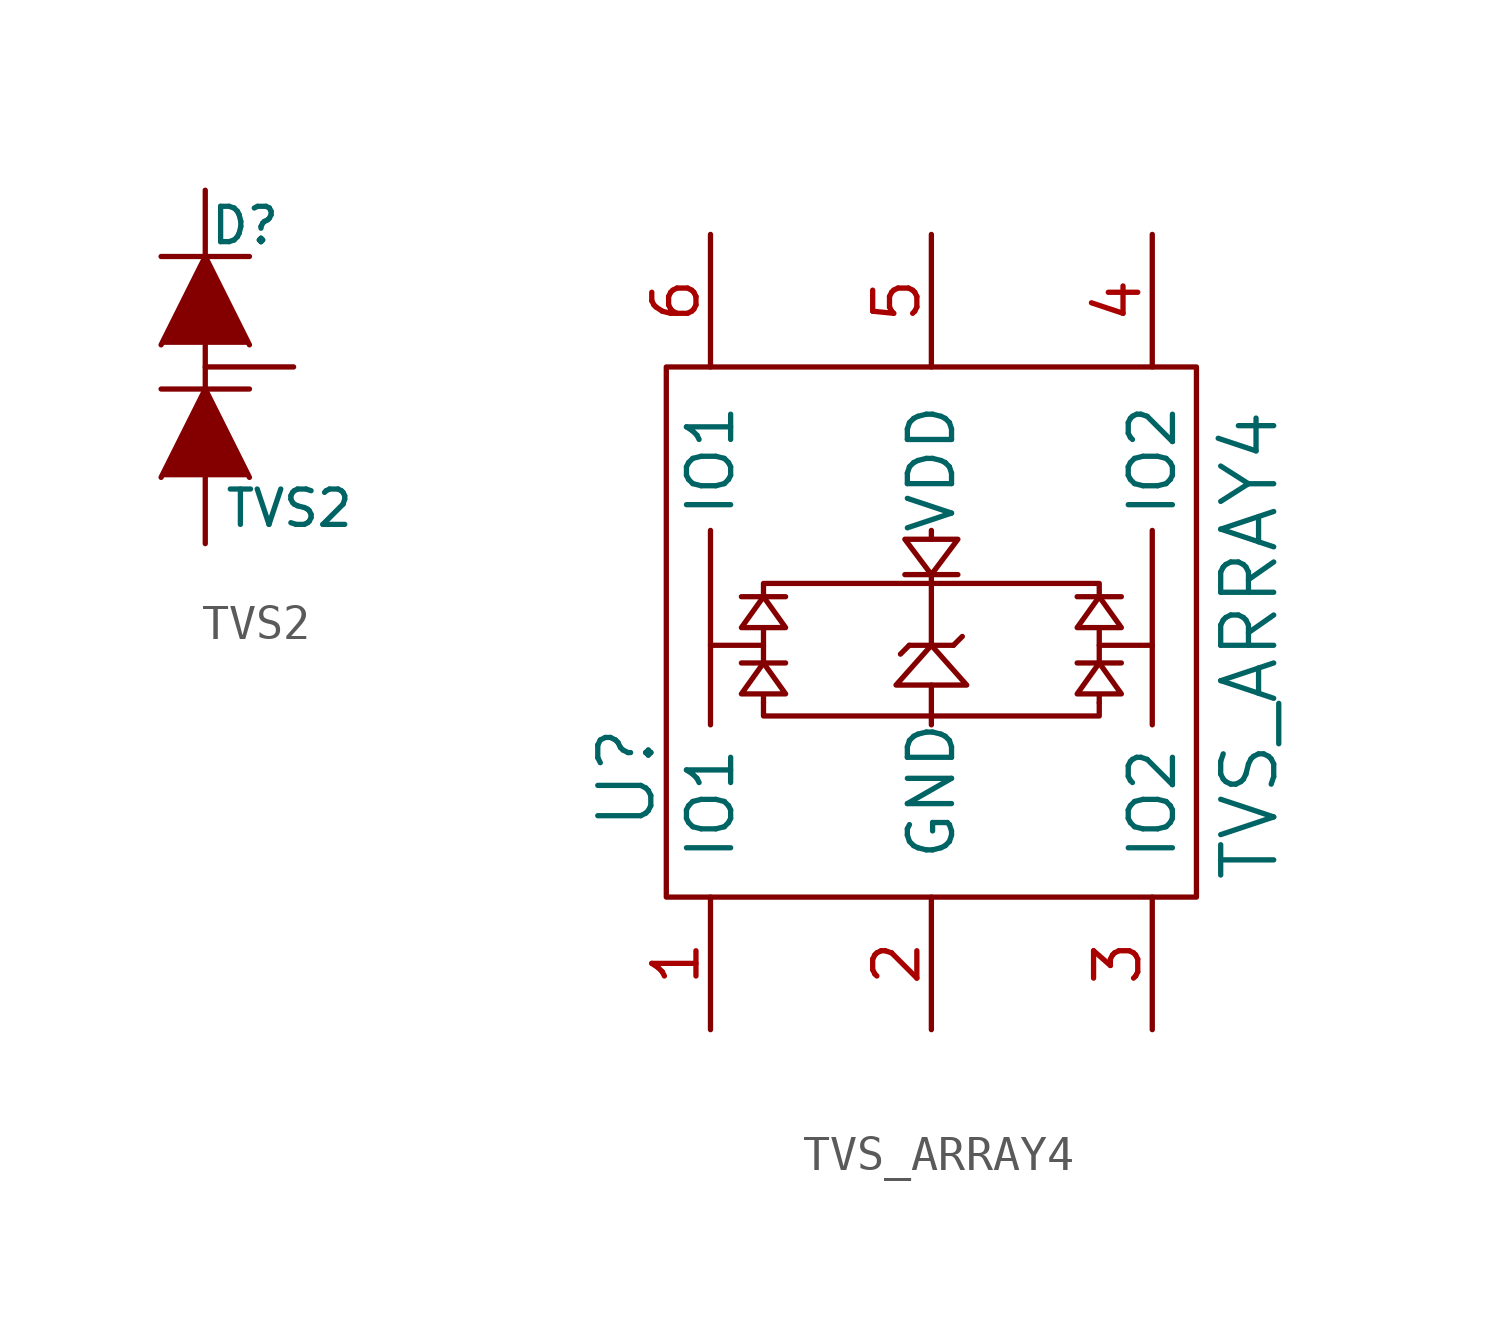
<source format=kicad_sym>
(kicad_symbol_lib
  (version 20211014)
  (generator kicad_symbol_editor)
  (symbol "TVS2"
    (pin_numbers hide)
    (pin_names
      (offset 1.016) hide)
    (property "Reference" "D"
      (at 1.143 4.064 0)
      (effects (font (size 1.016 1.016))))
    (property "Value" "TVS2"
      (at 2.413 -4.064 0)
      (effects (font (size 1.016 1.016))))
    (property "Footprint" ""
      (at 0 1.905 90)
      (effects (font (size 1.524 1.524))))
    (property "Datasheet" ""
      (at 0 1.905 90)
      (effects (font (size 1.524 1.524))))
    (symbol "TVS2_0_1"
      (polyline (pts (xy -1.27 -0.635) (xy 1.27 -0.635)) (stroke (width 0.152) (type default) (color 0 0 0 0)) (fill (type none)))
      (polyline (pts (xy -1.27 3.175) (xy 1.27 3.175)) (stroke (width 0.152) (type default) (color 0 0 0 0)) (fill (type none)))
      (polyline (pts (xy 0 -0.635) (xy 0 0.635)) (stroke (width 0) (type default) (color 0 0 0 0)) (fill (type none)))
      (polyline (pts (xy -1.27 -3.175) (xy 0 -0.635) (xy 1.27 -3.175)) (stroke (width 0) (type default) (color 0 0 0 0)) (fill (type outline)))
      (polyline (pts (xy -1.27 0.635) (xy 0 3.175) (xy 1.27 0.635)) (stroke (width 0) (type default) (color 0 0 0 0)) (fill (type outline))))
    (symbol "TVS2_1_1"
      (pin passive line (at 0 -5.08 90) (length 2.54) (name "A" (effects (font (size 1.016 1.016)))) (number "1" (effects (font (size 1.016 1.016)))))
      (pin passive line (at 0 5.08 270) (length 2.54) (name "K" (effects (font (size 1.016 1.016)))) (number "2" (effects (font (size 1.016 1.016)))))
      (pin passive line (at 2.54 0 180) (length 2.54) (name "K" (effects (font (size 1.016 1.016)))) (number "3" (effects (font (size 1.016 1.016)))))))
  (symbol "TVS_ARRAY4"
    (pin_names
      (offset 1.016))
    (property "Reference" "U"
      (at -8.763 -4.191 90)
      (effects (font (size 1.524 1.524))))
    (property "Value" "TVS_ARRAY4"
      (at 9.144 -0.381 90)
      (effects (font (size 1.524 1.524))))
    (property "Footprint" ""
      (at 0 -0.381 0)
      (effects (font (size 1.524 1.524))))
    (property "Datasheet" ""
      (at 0 -0.381 0)
      (effects (font (size 1.524 1.524))))
    (symbol "TVS_ARRAY4_0_1"
      (rectangle (start -7.62 7.62) (end 7.62 -7.62) (stroke (width 0) (type default) (color 0 0 0 0)) (fill (type none)))
      (polyline (pts (xy -6.35 2.921) (xy -6.35 -2.667)) (stroke (width 0) (type default) (color 0 0 0 0)) (fill (type none)))
      (polyline (pts (xy -5.461 -0.889) (xy -4.191 -0.889)) (stroke (width 0) (type default) (color 0 0 0 0)) (fill (type none)))
      (polyline (pts (xy -5.461 1.016) (xy -4.191 1.016)) (stroke (width 0) (type default) (color 0 0 0 0)) (fill (type none)))
      (polyline (pts (xy -4.826 -0.381) (xy -6.35 -0.381)) (stroke (width 0) (type default) (color 0 0 0 0)) (fill (type none)))
      (polyline (pts (xy -0.762 1.651) (xy 0.762 1.651)) (stroke (width 0) (type default) (color 0 0 0 0)) (fill (type none)))
      (polyline (pts (xy -0.635 -0.381) (xy -0.889 -0.635)) (stroke (width 0) (type default) (color 0 0 0 0)) (fill (type none)))
      (polyline (pts (xy -0.635 -0.381) (xy 0.635 -0.381)) (stroke (width 0) (type default) (color 0 0 0 0)) (fill (type none)))
      (polyline (pts (xy 0 -1.524) (xy 0 -2.667)) (stroke (width 0) (type default) (color 0 0 0 0)) (fill (type none)))
      (polyline (pts (xy 0 2.921) (xy 0 2.667)) (stroke (width 0) (type default) (color 0 0 0 0)) (fill (type none)))
      (polyline (pts (xy 0.635 -0.381) (xy 0.889 -0.127)) (stroke (width 0) (type default) (color 0 0 0 0)) (fill (type none)))
      (polyline (pts (xy 4.191 -0.889) (xy 5.461 -0.889)) (stroke (width 0) (type default) (color 0 0 0 0)) (fill (type none)))
      (polyline (pts (xy 4.191 1.016) (xy 5.461 1.016)) (stroke (width 0) (type default) (color 0 0 0 0)) (fill (type none)))
      (polyline (pts (xy 4.826 -0.381) (xy 6.35 -0.381)) (stroke (width 0) (type default) (color 0 0 0 0)) (fill (type none)))
      (polyline (pts (xy 6.35 2.921) (xy 6.35 -2.667)) (stroke (width 0) (type default) (color 0 0 0 0)) (fill (type none)))
      (polyline (pts (xy 0 -2.413) (xy -4.826 -2.413) (xy -4.826 -2.032)) (stroke (width 0) (type default) (color 0 0 0 0)) (fill (type none)))
      (polyline (pts (xy 0 -2.413) (xy 4.826 -2.413) (xy 4.826 -2.032)) (stroke (width 0) (type default) (color 0 0 0 0)) (fill (type none)))
      (polyline (pts (xy 0 1.397) (xy -4.826 1.397) (xy -4.826 1.016)) (stroke (width 0) (type default) (color 0 0 0 0)) (fill (type none)))
      (polyline (pts (xy 0 1.397) (xy 4.826 1.397) (xy 4.826 1.016)) (stroke (width 0) (type default) (color 0 0 0 0)) (fill (type none)))
      (polyline (pts (xy 0 1.651) (xy 0 -0.381) (xy -1.016 -1.524) (xy 1.016 -1.524) (xy 0 -0.381)) (stroke (width 0) (type default) (color 0 0 0 0)) (fill (type none)))
      (polyline (pts (xy 0 2.667) (xy -0.762 2.667) (xy 0 1.651) (xy 0.762 2.667) (xy 0 2.667)) (stroke (width 0) (type default) (color 0 0 0 0)) (fill (type none)))
      (polyline (pts (xy -4.826 -2.032) (xy -4.826 -1.778) (xy -5.461 -1.778) (xy -4.826 -0.889) (xy -4.191 -1.778) (xy -4.826 -1.778)) (stroke (width 0) (type default) (color 0 0 0 0)) (fill (type none)))
      (polyline (pts (xy -4.826 -0.889) (xy -4.826 0.127) (xy -5.461 0.127) (xy -4.826 1.016) (xy -4.191 0.127) (xy -4.826 0.127)) (stroke (width 0) (type default) (color 0 0 0 0)) (fill (type none)))
      (polyline (pts (xy 4.826 -2.032) (xy 4.826 -1.778) (xy 4.191 -1.778) (xy 4.826 -0.889) (xy 5.461 -1.778) (xy 4.826 -1.778)) (stroke (width 0) (type default) (color 0 0 0 0)) (fill (type none)))
      (polyline (pts (xy 4.826 -0.889) (xy 4.826 0.127) (xy 4.191 0.127) (xy 4.826 1.016) (xy 5.461 0.127) (xy 4.826 0.127)) (stroke (width 0) (type default) (color 0 0 0 0)) (fill (type none))))
    (symbol "TVS_ARRAY4_1_1"
      (pin passive line (at -6.35 -11.43 90) (length 3.81) (name "IO1" (effects (font (size 1.27 1.27)))) (number "1" (effects (font (size 1.27 1.27)))))
      (pin passive line (at 0 -11.43 90) (length 3.81) (name "GND" (effects (font (size 1.27 1.27)))) (number "2" (effects (font (size 1.27 1.27)))))
      (pin passive line (at 6.35 -11.43 90) (length 3.81) (name "IO2" (effects (font (size 1.27 1.27)))) (number "3" (effects (font (size 1.27 1.27)))))
      (pin passive line (at 6.35 11.43 270) (length 3.81) (name "IO2" (effects (font (size 1.27 1.27)))) (number "4" (effects (font (size 1.27 1.27)))))
      (pin passive line (at 0 11.43 270) (length 3.81) (name "VDD" (effects (font (size 1.27 1.27)))) (number "5" (effects (font (size 1.27 1.27)))))
      (pin passive line (at -6.35 11.43 270) (length 3.81) (name "IO1" (effects (font (size 1.27 1.27)))) (number "6" (effects (font (size 1.27 1.27))))))))
</source>
